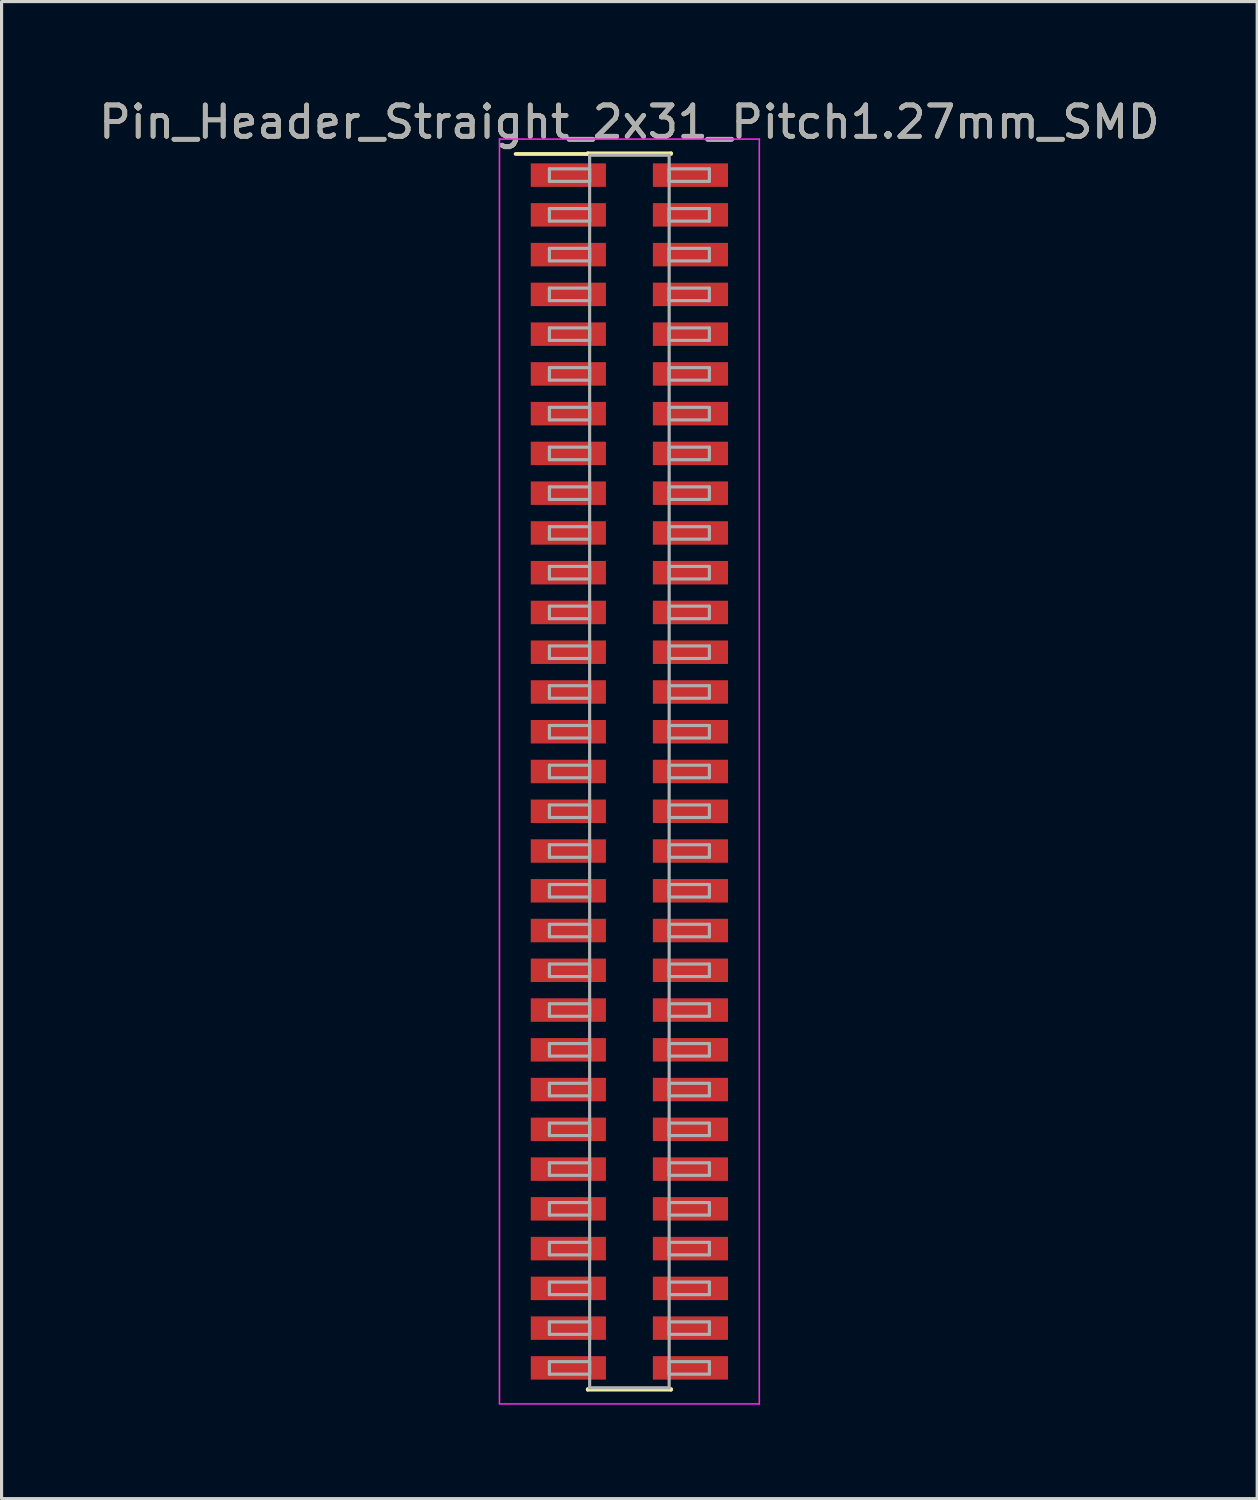
<source format=kicad_pcb>
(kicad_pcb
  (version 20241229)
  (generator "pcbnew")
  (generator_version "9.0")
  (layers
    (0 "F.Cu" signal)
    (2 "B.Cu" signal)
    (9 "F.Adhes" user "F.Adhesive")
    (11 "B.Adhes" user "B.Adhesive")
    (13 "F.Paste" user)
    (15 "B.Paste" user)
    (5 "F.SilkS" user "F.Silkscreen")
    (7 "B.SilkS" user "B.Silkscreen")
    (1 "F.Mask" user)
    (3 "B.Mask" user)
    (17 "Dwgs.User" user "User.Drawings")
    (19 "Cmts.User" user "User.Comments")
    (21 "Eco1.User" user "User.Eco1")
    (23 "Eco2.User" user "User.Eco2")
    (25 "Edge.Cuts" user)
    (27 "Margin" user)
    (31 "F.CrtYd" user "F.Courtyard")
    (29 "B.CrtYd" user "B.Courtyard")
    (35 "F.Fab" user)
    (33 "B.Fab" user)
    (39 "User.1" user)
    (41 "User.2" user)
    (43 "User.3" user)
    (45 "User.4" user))
  (footprint "Pin_Header_Straight_2x31_Pitch1.27mm_SMD"
    (layer "F.Cu")
    (at 17.054 21.593)
    (property "Reference" "Pin_Header_Straight_2x31_Pitch1.27mm_SMD" (at 0 -20.745 0) (layer "F.SilkS") (effects (font (size 1 1) (thickness 0.15))))
    (attr smd)
    (fp_line (start -3.635 -19.725) (end -1.33 -19.725) (stroke (width 0.12) (type solid)) (layer "F.SilkS"))
    (fp_line (start -1.33 -19.745) (end 1.33 -19.745) (stroke (width 0.12) (type solid)) (layer "F.SilkS"))
    (fp_line (start -1.33 -19.725) (end -1.33 -19.745) (stroke (width 0.12) (type solid)) (layer "F.SilkS"))
    (fp_line (start -1.33 19.725) (end -1.33 19.745) (stroke (width 0.12) (type solid)) (layer "F.SilkS"))
    (fp_line (start -1.33 19.745) (end 1.33 19.745) (stroke (width 0.12) (type solid)) (layer "F.SilkS"))
    (fp_line (start 1.33 -19.745) (end 1.33 -19.725) (stroke (width 0.12) (type solid)) (layer "F.SilkS"))
    (fp_line (start 1.33 19.745) (end 1.33 19.725) (stroke (width 0.12) (type solid)) (layer "F.SilkS"))
    (fp_line (start -4.15 -20.2) (end -4.15 20.2) (stroke (width 0.05) (type solid)) (layer "F.CrtYd"))
    (fp_line (start -4.15 20.2) (end 4.15 20.2) (stroke (width 0.05) (type solid)) (layer "F.CrtYd"))
    (fp_line (start 4.15 -20.2) (end -4.15 -20.2) (stroke (width 0.05) (type solid)) (layer "F.CrtYd"))
    (fp_line (start 4.15 20.2) (end 4.15 -20.2) (stroke (width 0.05) (type solid)) (layer "F.CrtYd"))
    (fp_line (start -2.555 -19.25) (end -1.27 -19.25) (stroke (width 0.1) (type solid)) (layer "F.Fab"))
    (fp_line (start -2.555 -18.85) (end -2.555 -19.25) (stroke (width 0.1) (type solid)) (layer "F.Fab"))
    (fp_line (start -2.555 -17.98) (end -1.27 -17.98) (stroke (width 0.1) (type solid)) (layer "F.Fab"))
    (fp_line (start -2.555 -17.58) (end -2.555 -17.98) (stroke (width 0.1) (type solid)) (layer "F.Fab"))
    (fp_line (start -2.555 -16.71) (end -1.27 -16.71) (stroke (width 0.1) (type solid)) (layer "F.Fab"))
    (fp_line (start -2.555 -16.31) (end -2.555 -16.71) (stroke (width 0.1) (type solid)) (layer "F.Fab"))
    (fp_line (start -2.555 -15.44) (end -1.27 -15.44) (stroke (width 0.1) (type solid)) (layer "F.Fab"))
    (fp_line (start -2.555 -15.04) (end -2.555 -15.44) (stroke (width 0.1) (type solid)) (layer "F.Fab"))
    (fp_line (start -2.555 -14.17) (end -1.27 -14.17) (stroke (width 0.1) (type solid)) (layer "F.Fab"))
    (fp_line (start -2.555 -13.77) (end -2.555 -14.17) (stroke (width 0.1) (type solid)) (layer "F.Fab"))
    (fp_line (start -2.555 -12.9) (end -1.27 -12.9) (stroke (width 0.1) (type solid)) (layer "F.Fab"))
    (fp_line (start -2.555 -12.5) (end -2.555 -12.9) (stroke (width 0.1) (type solid)) (layer "F.Fab"))
    (fp_line (start -2.555 -11.63) (end -1.27 -11.63) (stroke (width 0.1) (type solid)) (layer "F.Fab"))
    (fp_line (start -2.555 -11.23) (end -2.555 -11.63) (stroke (width 0.1) (type solid)) (layer "F.Fab"))
    (fp_line (start -2.555 -10.36) (end -1.27 -10.36) (stroke (width 0.1) (type solid)) (layer "F.Fab"))
    (fp_line (start -2.555 -9.96) (end -2.555 -10.36) (stroke (width 0.1) (type solid)) (layer "F.Fab"))
    (fp_line (start -2.555 -9.09) (end -1.27 -9.09) (stroke (width 0.1) (type solid)) (layer "F.Fab"))
    (fp_line (start -2.555 -8.69) (end -2.555 -9.09) (stroke (width 0.1) (type solid)) (layer "F.Fab"))
    (fp_line (start -2.555 -7.82) (end -1.27 -7.82) (stroke (width 0.1) (type solid)) (layer "F.Fab"))
    (fp_line (start -2.555 -7.42) (end -2.555 -7.82) (stroke (width 0.1) (type solid)) (layer "F.Fab"))
    (fp_line (start -2.555 -6.55) (end -1.27 -6.55) (stroke (width 0.1) (type solid)) (layer "F.Fab"))
    (fp_line (start -2.555 -6.15) (end -2.555 -6.55) (stroke (width 0.1) (type solid)) (layer "F.Fab"))
    (fp_line (start -2.555 -5.28) (end -1.27 -5.28) (stroke (width 0.1) (type solid)) (layer "F.Fab"))
    (fp_line (start -2.555 -4.88) (end -2.555 -5.28) (stroke (width 0.1) (type solid)) (layer "F.Fab"))
    (fp_line (start -2.555 -4.01) (end -1.27 -4.01) (stroke (width 0.1) (type solid)) (layer "F.Fab"))
    (fp_line (start -2.555 -3.61) (end -2.555 -4.01) (stroke (width 0.1) (type solid)) (layer "F.Fab"))
    (fp_line (start -2.555 -2.74) (end -1.27 -2.74) (stroke (width 0.1) (type solid)) (layer "F.Fab"))
    (fp_line (start -2.555 -2.34) (end -2.555 -2.74) (stroke (width 0.1) (type solid)) (layer "F.Fab"))
    (fp_line (start -2.555 -1.47) (end -1.27 -1.47) (stroke (width 0.1) (type solid)) (layer "F.Fab"))
    (fp_line (start -2.555 -1.07) (end -2.555 -1.47) (stroke (width 0.1) (type solid)) (layer "F.Fab"))
    (fp_line (start -2.555 -0.2) (end -1.27 -0.2) (stroke (width 0.1) (type solid)) (layer "F.Fab"))
    (fp_line (start -2.555 0.2) (end -2.555 -0.2) (stroke (width 0.1) (type solid)) (layer "F.Fab"))
    (fp_line (start -2.555 1.07) (end -1.27 1.07) (stroke (width 0.1) (type solid)) (layer "F.Fab"))
    (fp_line (start -2.555 1.47) (end -2.555 1.07) (stroke (width 0.1) (type solid)) (layer "F.Fab"))
    (fp_line (start -2.555 2.34) (end -1.27 2.34) (stroke (width 0.1) (type solid)) (layer "F.Fab"))
    (fp_line (start -2.555 2.74) (end -2.555 2.34) (stroke (width 0.1) (type solid)) (layer "F.Fab"))
    (fp_line (start -2.555 3.61) (end -1.27 3.61) (stroke (width 0.1) (type solid)) (layer "F.Fab"))
    (fp_line (start -2.555 4.01) (end -2.555 3.61) (stroke (width 0.1) (type solid)) (layer "F.Fab"))
    (fp_line (start -2.555 4.88) (end -1.27 4.88) (stroke (width 0.1) (type solid)) (layer "F.Fab"))
    (fp_line (start -2.555 5.28) (end -2.555 4.88) (stroke (width 0.1) (type solid)) (layer "F.Fab"))
    (fp_line (start -2.555 6.15) (end -1.27 6.15) (stroke (width 0.1) (type solid)) (layer "F.Fab"))
    (fp_line (start -2.555 6.55) (end -2.555 6.15) (stroke (width 0.1) (type solid)) (layer "F.Fab"))
    (fp_line (start -2.555 7.42) (end -1.27 7.42) (stroke (width 0.1) (type solid)) (layer "F.Fab"))
    (fp_line (start -2.555 7.82) (end -2.555 7.42) (stroke (width 0.1) (type solid)) (layer "F.Fab"))
    (fp_line (start -2.555 8.69) (end -1.27 8.69) (stroke (width 0.1) (type solid)) (layer "F.Fab"))
    (fp_line (start -2.555 9.09) (end -2.555 8.69) (stroke (width 0.1) (type solid)) (layer "F.Fab"))
    (fp_line (start -2.555 9.96) (end -1.27 9.96) (stroke (width 0.1) (type solid)) (layer "F.Fab"))
    (fp_line (start -2.555 10.36) (end -2.555 9.96) (stroke (width 0.1) (type solid)) (layer "F.Fab"))
    (fp_line (start -2.555 11.23) (end -1.27 11.23) (stroke (width 0.1) (type solid)) (layer "F.Fab"))
    (fp_line (start -2.555 11.63) (end -2.555 11.23) (stroke (width 0.1) (type solid)) (layer "F.Fab"))
    (fp_line (start -2.555 12.5) (end -1.27 12.5) (stroke (width 0.1) (type solid)) (layer "F.Fab"))
    (fp_line (start -2.555 12.9) (end -2.555 12.5) (stroke (width 0.1) (type solid)) (layer "F.Fab"))
    (fp_line (start -2.555 13.77) (end -1.27 13.77) (stroke (width 0.1) (type solid)) (layer "F.Fab"))
    (fp_line (start -2.555 14.17) (end -2.555 13.77) (stroke (width 0.1) (type solid)) (layer "F.Fab"))
    (fp_line (start -2.555 15.04) (end -1.27 15.04) (stroke (width 0.1) (type solid)) (layer "F.Fab"))
    (fp_line (start -2.555 15.44) (end -2.555 15.04) (stroke (width 0.1) (type solid)) (layer "F.Fab"))
    (fp_line (start -2.555 16.31) (end -1.27 16.31) (stroke (width 0.1) (type solid)) (layer "F.Fab"))
    (fp_line (start -2.555 16.71) (end -2.555 16.31) (stroke (width 0.1) (type solid)) (layer "F.Fab"))
    (fp_line (start -2.555 17.58) (end -1.27 17.58) (stroke (width 0.1) (type solid)) (layer "F.Fab"))
    (fp_line (start -2.555 17.98) (end -2.555 17.58) (stroke (width 0.1) (type solid)) (layer "F.Fab"))
    (fp_line (start -2.555 18.85) (end -1.27 18.85) (stroke (width 0.1) (type solid)) (layer "F.Fab"))
    (fp_line (start -2.555 19.25) (end -2.555 18.85) (stroke (width 0.1) (type solid)) (layer "F.Fab"))
    (fp_line (start -1.27 -19.685) (end -1.27 19.685) (stroke (width 0.1) (type solid)) (layer "F.Fab"))
    (fp_line (start -1.27 -19.25) (end -1.27 -18.85) (stroke (width 0.1) (type solid)) (layer "F.Fab"))
    (fp_line (start -1.27 -18.85) (end -2.555 -18.85) (stroke (width 0.1) (type solid)) (layer "F.Fab"))
    (fp_line (start -1.27 -17.98) (end -1.27 -17.58) (stroke (width 0.1) (type solid)) (layer "F.Fab"))
    (fp_line (start -1.27 -17.58) (end -2.555 -17.58) (stroke (width 0.1) (type solid)) (layer "F.Fab"))
    (fp_line (start -1.27 -16.71) (end -1.27 -16.31) (stroke (width 0.1) (type solid)) (layer "F.Fab"))
    (fp_line (start -1.27 -16.31) (end -2.555 -16.31) (stroke (width 0.1) (type solid)) (layer "F.Fab"))
    (fp_line (start -1.27 -15.44) (end -1.27 -15.04) (stroke (width 0.1) (type solid)) (layer "F.Fab"))
    (fp_line (start -1.27 -15.04) (end -2.555 -15.04) (stroke (width 0.1) (type solid)) (layer "F.Fab"))
    (fp_line (start -1.27 -14.17) (end -1.27 -13.77) (stroke (width 0.1) (type solid)) (layer "F.Fab"))
    (fp_line (start -1.27 -13.77) (end -2.555 -13.77) (stroke (width 0.1) (type solid)) (layer "F.Fab"))
    (fp_line (start -1.27 -12.9) (end -1.27 -12.5) (stroke (width 0.1) (type solid)) (layer "F.Fab"))
    (fp_line (start -1.27 -12.5) (end -2.555 -12.5) (stroke (width 0.1) (type solid)) (layer "F.Fab"))
    (fp_line (start -1.27 -11.63) (end -1.27 -11.23) (stroke (width 0.1) (type solid)) (layer "F.Fab"))
    (fp_line (start -1.27 -11.23) (end -2.555 -11.23) (stroke (width 0.1) (type solid)) (layer "F.Fab"))
    (fp_line (start -1.27 -10.36) (end -1.27 -9.96) (stroke (width 0.1) (type solid)) (layer "F.Fab"))
    (fp_line (start -1.27 -9.96) (end -2.555 -9.96) (stroke (width 0.1) (type solid)) (layer "F.Fab"))
    (fp_line (start -1.27 -9.09) (end -1.27 -8.69) (stroke (width 0.1) (type solid)) (layer "F.Fab"))
    (fp_line (start -1.27 -8.69) (end -2.555 -8.69) (stroke (width 0.1) (type solid)) (layer "F.Fab"))
    (fp_line (start -1.27 -7.82) (end -1.27 -7.42) (stroke (width 0.1) (type solid)) (layer "F.Fab"))
    (fp_line (start -1.27 -7.42) (end -2.555 -7.42) (stroke (width 0.1) (type solid)) (layer "F.Fab"))
    (fp_line (start -1.27 -6.55) (end -1.27 -6.15) (stroke (width 0.1) (type solid)) (layer "F.Fab"))
    (fp_line (start -1.27 -6.15) (end -2.555 -6.15) (stroke (width 0.1) (type solid)) (layer "F.Fab"))
    (fp_line (start -1.27 -5.28) (end -1.27 -4.88) (stroke (width 0.1) (type solid)) (layer "F.Fab"))
    (fp_line (start -1.27 -4.88) (end -2.555 -4.88) (stroke (width 0.1) (type solid)) (layer "F.Fab"))
    (fp_line (start -1.27 -4.01) (end -1.27 -3.61) (stroke (width 0.1) (type solid)) (layer "F.Fab"))
    (fp_line (start -1.27 -3.61) (end -2.555 -3.61) (stroke (width 0.1) (type solid)) (layer "F.Fab"))
    (fp_line (start -1.27 -2.74) (end -1.27 -2.34) (stroke (width 0.1) (type solid)) (layer "F.Fab"))
    (fp_line (start -1.27 -2.34) (end -2.555 -2.34) (stroke (width 0.1) (type solid)) (layer "F.Fab"))
    (fp_line (start -1.27 -1.47) (end -1.27 -1.07) (stroke (width 0.1) (type solid)) (layer "F.Fab"))
    (fp_line (start -1.27 -1.07) (end -2.555 -1.07) (stroke (width 0.1) (type solid)) (layer "F.Fab"))
    (fp_line (start -1.27 -0.2) (end -1.27 0.2) (stroke (width 0.1) (type solid)) (layer "F.Fab"))
    (fp_line (start -1.27 0.2) (end -2.555 0.2) (stroke (width 0.1) (type solid)) (layer "F.Fab"))
    (fp_line (start -1.27 1.07) (end -1.27 1.47) (stroke (width 0.1) (type solid)) (layer "F.Fab"))
    (fp_line (start -1.27 1.47) (end -2.555 1.47) (stroke (width 0.1) (type solid)) (layer "F.Fab"))
    (fp_line (start -1.27 2.34) (end -1.27 2.74) (stroke (width 0.1) (type solid)) (layer "F.Fab"))
    (fp_line (start -1.27 2.74) (end -2.555 2.74) (stroke (width 0.1) (type solid)) (layer "F.Fab"))
    (fp_line (start -1.27 3.61) (end -1.27 4.01) (stroke (width 0.1) (type solid)) (layer "F.Fab"))
    (fp_line (start -1.27 4.01) (end -2.555 4.01) (stroke (width 0.1) (type solid)) (layer "F.Fab"))
    (fp_line (start -1.27 4.88) (end -1.27 5.28) (stroke (width 0.1) (type solid)) (layer "F.Fab"))
    (fp_line (start -1.27 5.28) (end -2.555 5.28) (stroke (width 0.1) (type solid)) (layer "F.Fab"))
    (fp_line (start -1.27 6.15) (end -1.27 6.55) (stroke (width 0.1) (type solid)) (layer "F.Fab"))
    (fp_line (start -1.27 6.55) (end -2.555 6.55) (stroke (width 0.1) (type solid)) (layer "F.Fab"))
    (fp_line (start -1.27 7.42) (end -1.27 7.82) (stroke (width 0.1) (type solid)) (layer "F.Fab"))
    (fp_line (start -1.27 7.82) (end -2.555 7.82) (stroke (width 0.1) (type solid)) (layer "F.Fab"))
    (fp_line (start -1.27 8.69) (end -1.27 9.09) (stroke (width 0.1) (type solid)) (layer "F.Fab"))
    (fp_line (start -1.27 9.09) (end -2.555 9.09) (stroke (width 0.1) (type solid)) (layer "F.Fab"))
    (fp_line (start -1.27 9.96) (end -1.27 10.36) (stroke (width 0.1) (type solid)) (layer "F.Fab"))
    (fp_line (start -1.27 10.36) (end -2.555 10.36) (stroke (width 0.1) (type solid)) (layer "F.Fab"))
    (fp_line (start -1.27 11.23) (end -1.27 11.63) (stroke (width 0.1) (type solid)) (layer "F.Fab"))
    (fp_line (start -1.27 11.63) (end -2.555 11.63) (stroke (width 0.1) (type solid)) (layer "F.Fab"))
    (fp_line (start -1.27 12.5) (end -1.27 12.9) (stroke (width 0.1) (type solid)) (layer "F.Fab"))
    (fp_line (start -1.27 12.9) (end -2.555 12.9) (stroke (width 0.1) (type solid)) (layer "F.Fab"))
    (fp_line (start -1.27 13.77) (end -1.27 14.17) (stroke (width 0.1) (type solid)) (layer "F.Fab"))
    (fp_line (start -1.27 14.17) (end -2.555 14.17) (stroke (width 0.1) (type solid)) (layer "F.Fab"))
    (fp_line (start -1.27 15.04) (end -1.27 15.44) (stroke (width 0.1) (type solid)) (layer "F.Fab"))
    (fp_line (start -1.27 15.44) (end -2.555 15.44) (stroke (width 0.1) (type solid)) (layer "F.Fab"))
    (fp_line (start -1.27 16.31) (end -1.27 16.71) (stroke (width 0.1) (type solid)) (layer "F.Fab"))
    (fp_line (start -1.27 16.71) (end -2.555 16.71) (stroke (width 0.1) (type solid)) (layer "F.Fab"))
    (fp_line (start -1.27 17.58) (end -1.27 17.98) (stroke (width 0.1) (type solid)) (layer "F.Fab"))
    (fp_line (start -1.27 17.98) (end -2.555 17.98) (stroke (width 0.1) (type solid)) (layer "F.Fab"))
    (fp_line (start -1.27 18.85) (end -1.27 19.25) (stroke (width 0.1) (type solid)) (layer "F.Fab"))
    (fp_line (start -1.27 19.25) (end -2.555 19.25) (stroke (width 0.1) (type solid)) (layer "F.Fab"))
    (fp_line (start -1.27 19.685) (end 1.27 19.685) (stroke (width 0.1) (type solid)) (layer "F.Fab"))
    (fp_line (start 1.27 -19.685) (end -1.27 -19.685) (stroke (width 0.1) (type solid)) (layer "F.Fab"))
    (fp_line (start 1.27 -19.25) (end 1.27 -18.85) (stroke (width 0.1) (type solid)) (layer "F.Fab"))
    (fp_line (start 1.27 -18.85) (end 2.555 -18.85) (stroke (width 0.1) (type solid)) (layer "F.Fab"))
    (fp_line (start 1.27 -17.98) (end 1.27 -17.58) (stroke (width 0.1) (type solid)) (layer "F.Fab"))
    (fp_line (start 1.27 -17.58) (end 2.555 -17.58) (stroke (width 0.1) (type solid)) (layer "F.Fab"))
    (fp_line (start 1.27 -16.71) (end 1.27 -16.31) (stroke (width 0.1) (type solid)) (layer "F.Fab"))
    (fp_line (start 1.27 -16.31) (end 2.555 -16.31) (stroke (width 0.1) (type solid)) (layer "F.Fab"))
    (fp_line (start 1.27 -15.44) (end 1.27 -15.04) (stroke (width 0.1) (type solid)) (layer "F.Fab"))
    (fp_line (start 1.27 -15.04) (end 2.555 -15.04) (stroke (width 0.1) (type solid)) (layer "F.Fab"))
    (fp_line (start 1.27 -14.17) (end 1.27 -13.77) (stroke (width 0.1) (type solid)) (layer "F.Fab"))
    (fp_line (start 1.27 -13.77) (end 2.555 -13.77) (stroke (width 0.1) (type solid)) (layer "F.Fab"))
    (fp_line (start 1.27 -12.9) (end 1.27 -12.5) (stroke (width 0.1) (type solid)) (layer "F.Fab"))
    (fp_line (start 1.27 -12.5) (end 2.555 -12.5) (stroke (width 0.1) (type solid)) (layer "F.Fab"))
    (fp_line (start 1.27 -11.63) (end 1.27 -11.23) (stroke (width 0.1) (type solid)) (layer "F.Fab"))
    (fp_line (start 1.27 -11.23) (end 2.555 -11.23) (stroke (width 0.1) (type solid)) (layer "F.Fab"))
    (fp_line (start 1.27 -10.36) (end 1.27 -9.96) (stroke (width 0.1) (type solid)) (layer "F.Fab"))
    (fp_line (start 1.27 -9.96) (end 2.555 -9.96) (stroke (width 0.1) (type solid)) (layer "F.Fab"))
    (fp_line (start 1.27 -9.09) (end 1.27 -8.69) (stroke (width 0.1) (type solid)) (layer "F.Fab"))
    (fp_line (start 1.27 -8.69) (end 2.555 -8.69) (stroke (width 0.1) (type solid)) (layer "F.Fab"))
    (fp_line (start 1.27 -7.82) (end 1.27 -7.42) (stroke (width 0.1) (type solid)) (layer "F.Fab"))
    (fp_line (start 1.27 -7.42) (end 2.555 -7.42) (stroke (width 0.1) (type solid)) (layer "F.Fab"))
    (fp_line (start 1.27 -6.55) (end 1.27 -6.15) (stroke (width 0.1) (type solid)) (layer "F.Fab"))
    (fp_line (start 1.27 -6.15) (end 2.555 -6.15) (stroke (width 0.1) (type solid)) (layer "F.Fab"))
    (fp_line (start 1.27 -5.28) (end 1.27 -4.88) (stroke (width 0.1) (type solid)) (layer "F.Fab"))
    (fp_line (start 1.27 -4.88) (end 2.555 -4.88) (stroke (width 0.1) (type solid)) (layer "F.Fab"))
    (fp_line (start 1.27 -4.01) (end 1.27 -3.61) (stroke (width 0.1) (type solid)) (layer "F.Fab"))
    (fp_line (start 1.27 -3.61) (end 2.555 -3.61) (stroke (width 0.1) (type solid)) (layer "F.Fab"))
    (fp_line (start 1.27 -2.74) (end 1.27 -2.34) (stroke (width 0.1) (type solid)) (layer "F.Fab"))
    (fp_line (start 1.27 -2.34) (end 2.555 -2.34) (stroke (width 0.1) (type solid)) (layer "F.Fab"))
    (fp_line (start 1.27 -1.47) (end 1.27 -1.07) (stroke (width 0.1) (type solid)) (layer "F.Fab"))
    (fp_line (start 1.27 -1.07) (end 2.555 -1.07) (stroke (width 0.1) (type solid)) (layer "F.Fab"))
    (fp_line (start 1.27 -0.2) (end 1.27 0.2) (stroke (width 0.1) (type solid)) (layer "F.Fab"))
    (fp_line (start 1.27 0.2) (end 2.555 0.2) (stroke (width 0.1) (type solid)) (layer "F.Fab"))
    (fp_line (start 1.27 1.07) (end 1.27 1.47) (stroke (width 0.1) (type solid)) (layer "F.Fab"))
    (fp_line (start 1.27 1.47) (end 2.555 1.47) (stroke (width 0.1) (type solid)) (layer "F.Fab"))
    (fp_line (start 1.27 2.34) (end 1.27 2.74) (stroke (width 0.1) (type solid)) (layer "F.Fab"))
    (fp_line (start 1.27 2.74) (end 2.555 2.74) (stroke (width 0.1) (type solid)) (layer "F.Fab"))
    (fp_line (start 1.27 3.61) (end 1.27 4.01) (stroke (width 0.1) (type solid)) (layer "F.Fab"))
    (fp_line (start 1.27 4.01) (end 2.555 4.01) (stroke (width 0.1) (type solid)) (layer "F.Fab"))
    (fp_line (start 1.27 4.88) (end 1.27 5.28) (stroke (width 0.1) (type solid)) (layer "F.Fab"))
    (fp_line (start 1.27 5.28) (end 2.555 5.28) (stroke (width 0.1) (type solid)) (layer "F.Fab"))
    (fp_line (start 1.27 6.15) (end 1.27 6.55) (stroke (width 0.1) (type solid)) (layer "F.Fab"))
    (fp_line (start 1.27 6.55) (end 2.555 6.55) (stroke (width 0.1) (type solid)) (layer "F.Fab"))
    (fp_line (start 1.27 7.42) (end 1.27 7.82) (stroke (width 0.1) (type solid)) (layer "F.Fab"))
    (fp_line (start 1.27 7.82) (end 2.555 7.82) (stroke (width 0.1) (type solid)) (layer "F.Fab"))
    (fp_line (start 1.27 8.69) (end 1.27 9.09) (stroke (width 0.1) (type solid)) (layer "F.Fab"))
    (fp_line (start 1.27 9.09) (end 2.555 9.09) (stroke (width 0.1) (type solid)) (layer "F.Fab"))
    (fp_line (start 1.27 9.96) (end 1.27 10.36) (stroke (width 0.1) (type solid)) (layer "F.Fab"))
    (fp_line (start 1.27 10.36) (end 2.555 10.36) (stroke (width 0.1) (type solid)) (layer "F.Fab"))
    (fp_line (start 1.27 11.23) (end 1.27 11.63) (stroke (width 0.1) (type solid)) (layer "F.Fab"))
    (fp_line (start 1.27 11.63) (end 2.555 11.63) (stroke (width 0.1) (type solid)) (layer "F.Fab"))
    (fp_line (start 1.27 12.5) (end 1.27 12.9) (stroke (width 0.1) (type solid)) (layer "F.Fab"))
    (fp_line (start 1.27 12.9) (end 2.555 12.9) (stroke (width 0.1) (type solid)) (layer "F.Fab"))
    (fp_line (start 1.27 13.77) (end 1.27 14.17) (stroke (width 0.1) (type solid)) (layer "F.Fab"))
    (fp_line (start 1.27 14.17) (end 2.555 14.17) (stroke (width 0.1) (type solid)) (layer "F.Fab"))
    (fp_line (start 1.27 15.04) (end 1.27 15.44) (stroke (width 0.1) (type solid)) (layer "F.Fab"))
    (fp_line (start 1.27 15.44) (end 2.555 15.44) (stroke (width 0.1) (type solid)) (layer "F.Fab"))
    (fp_line (start 1.27 16.31) (end 1.27 16.71) (stroke (width 0.1) (type solid)) (layer "F.Fab"))
    (fp_line (start 1.27 16.71) (end 2.555 16.71) (stroke (width 0.1) (type solid)) (layer "F.Fab"))
    (fp_line (start 1.27 17.58) (end 1.27 17.98) (stroke (width 0.1) (type solid)) (layer "F.Fab"))
    (fp_line (start 1.27 17.98) (end 2.555 17.98) (stroke (width 0.1) (type solid)) (layer "F.Fab"))
    (fp_line (start 1.27 18.85) (end 1.27 19.25) (stroke (width 0.1) (type solid)) (layer "F.Fab"))
    (fp_line (start 1.27 19.25) (end 2.555 19.25) (stroke (width 0.1) (type solid)) (layer "F.Fab"))
    (fp_line (start 1.27 19.685) (end 1.27 -19.685) (stroke (width 0.1) (type solid)) (layer "F.Fab"))
    (fp_line (start 2.555 -19.25) (end 1.27 -19.25) (stroke (width 0.1) (type solid)) (layer "F.Fab"))
    (fp_line (start 2.555 -18.85) (end 2.555 -19.25) (stroke (width 0.1) (type solid)) (layer "F.Fab"))
    (fp_line (start 2.555 -17.98) (end 1.27 -17.98) (stroke (width 0.1) (type solid)) (layer "F.Fab"))
    (fp_line (start 2.555 -17.58) (end 2.555 -17.98) (stroke (width 0.1) (type solid)) (layer "F.Fab"))
    (fp_line (start 2.555 -16.71) (end 1.27 -16.71) (stroke (width 0.1) (type solid)) (layer "F.Fab"))
    (fp_line (start 2.555 -16.31) (end 2.555 -16.71) (stroke (width 0.1) (type solid)) (layer "F.Fab"))
    (fp_line (start 2.555 -15.44) (end 1.27 -15.44) (stroke (width 0.1) (type solid)) (layer "F.Fab"))
    (fp_line (start 2.555 -15.04) (end 2.555 -15.44) (stroke (width 0.1) (type solid)) (layer "F.Fab"))
    (fp_line (start 2.555 -14.17) (end 1.27 -14.17) (stroke (width 0.1) (type solid)) (layer "F.Fab"))
    (fp_line (start 2.555 -13.77) (end 2.555 -14.17) (stroke (width 0.1) (type solid)) (layer "F.Fab"))
    (fp_line (start 2.555 -12.9) (end 1.27 -12.9) (stroke (width 0.1) (type solid)) (layer "F.Fab"))
    (fp_line (start 2.555 -12.5) (end 2.555 -12.9) (stroke (width 0.1) (type solid)) (layer "F.Fab"))
    (fp_line (start 2.555 -11.63) (end 1.27 -11.63) (stroke (width 0.1) (type solid)) (layer "F.Fab"))
    (fp_line (start 2.555 -11.23) (end 2.555 -11.63) (stroke (width 0.1) (type solid)) (layer "F.Fab"))
    (fp_line (start 2.555 -10.36) (end 1.27 -10.36) (stroke (width 0.1) (type solid)) (layer "F.Fab"))
    (fp_line (start 2.555 -9.96) (end 2.555 -10.36) (stroke (width 0.1) (type solid)) (layer "F.Fab"))
    (fp_line (start 2.555 -9.09) (end 1.27 -9.09) (stroke (width 0.1) (type solid)) (layer "F.Fab"))
    (fp_line (start 2.555 -8.69) (end 2.555 -9.09) (stroke (width 0.1) (type solid)) (layer "F.Fab"))
    (fp_line (start 2.555 -7.82) (end 1.27 -7.82) (stroke (width 0.1) (type solid)) (layer "F.Fab"))
    (fp_line (start 2.555 -7.42) (end 2.555 -7.82) (stroke (width 0.1) (type solid)) (layer "F.Fab"))
    (fp_line (start 2.555 -6.55) (end 1.27 -6.55) (stroke (width 0.1) (type solid)) (layer "F.Fab"))
    (fp_line (start 2.555 -6.15) (end 2.555 -6.55) (stroke (width 0.1) (type solid)) (layer "F.Fab"))
    (fp_line (start 2.555 -5.28) (end 1.27 -5.28) (stroke (width 0.1) (type solid)) (layer "F.Fab"))
    (fp_line (start 2.555 -4.88) (end 2.555 -5.28) (stroke (width 0.1) (type solid)) (layer "F.Fab"))
    (fp_line (start 2.555 -4.01) (end 1.27 -4.01) (stroke (width 0.1) (type solid)) (layer "F.Fab"))
    (fp_line (start 2.555 -3.61) (end 2.555 -4.01) (stroke (width 0.1) (type solid)) (layer "F.Fab"))
    (fp_line (start 2.555 -2.74) (end 1.27 -2.74) (stroke (width 0.1) (type solid)) (layer "F.Fab"))
    (fp_line (start 2.555 -2.34) (end 2.555 -2.74) (stroke (width 0.1) (type solid)) (layer "F.Fab"))
    (fp_line (start 2.555 -1.47) (end 1.27 -1.47) (stroke (width 0.1) (type solid)) (layer "F.Fab"))
    (fp_line (start 2.555 -1.07) (end 2.555 -1.47) (stroke (width 0.1) (type solid)) (layer "F.Fab"))
    (fp_line (start 2.555 -0.2) (end 1.27 -0.2) (stroke (width 0.1) (type solid)) (layer "F.Fab"))
    (fp_line (start 2.555 0.2) (end 2.555 -0.2) (stroke (width 0.1) (type solid)) (layer "F.Fab"))
    (fp_line (start 2.555 1.07) (end 1.27 1.07) (stroke (width 0.1) (type solid)) (layer "F.Fab"))
    (fp_line (start 2.555 1.47) (end 2.555 1.07) (stroke (width 0.1) (type solid)) (layer "F.Fab"))
    (fp_line (start 2.555 2.34) (end 1.27 2.34) (stroke (width 0.1) (type solid)) (layer "F.Fab"))
    (fp_line (start 2.555 2.74) (end 2.555 2.34) (stroke (width 0.1) (type solid)) (layer "F.Fab"))
    (fp_line (start 2.555 3.61) (end 1.27 3.61) (stroke (width 0.1) (type solid)) (layer "F.Fab"))
    (fp_line (start 2.555 4.01) (end 2.555 3.61) (stroke (width 0.1) (type solid)) (layer "F.Fab"))
    (fp_line (start 2.555 4.88) (end 1.27 4.88) (stroke (width 0.1) (type solid)) (layer "F.Fab"))
    (fp_line (start 2.555 5.28) (end 2.555 4.88) (stroke (width 0.1) (type solid)) (layer "F.Fab"))
    (fp_line (start 2.555 6.15) (end 1.27 6.15) (stroke (width 0.1) (type solid)) (layer "F.Fab"))
    (fp_line (start 2.555 6.55) (end 2.555 6.15) (stroke (width 0.1) (type solid)) (layer "F.Fab"))
    (fp_line (start 2.555 7.42) (end 1.27 7.42) (stroke (width 0.1) (type solid)) (layer "F.Fab"))
    (fp_line (start 2.555 7.82) (end 2.555 7.42) (stroke (width 0.1) (type solid)) (layer "F.Fab"))
    (fp_line (start 2.555 8.69) (end 1.27 8.69) (stroke (width 0.1) (type solid)) (layer "F.Fab"))
    (fp_line (start 2.555 9.09) (end 2.555 8.69) (stroke (width 0.1) (type solid)) (layer "F.Fab"))
    (fp_line (start 2.555 9.96) (end 1.27 9.96) (stroke (width 0.1) (type solid)) (layer "F.Fab"))
    (fp_line (start 2.555 10.36) (end 2.555 9.96) (stroke (width 0.1) (type solid)) (layer "F.Fab"))
    (fp_line (start 2.555 11.23) (end 1.27 11.23) (stroke (width 0.1) (type solid)) (layer "F.Fab"))
    (fp_line (start 2.555 11.63) (end 2.555 11.23) (stroke (width 0.1) (type solid)) (layer "F.Fab"))
    (fp_line (start 2.555 12.5) (end 1.27 12.5) (stroke (width 0.1) (type solid)) (layer "F.Fab"))
    (fp_line (start 2.555 12.9) (end 2.555 12.5) (stroke (width 0.1) (type solid)) (layer "F.Fab"))
    (fp_line (start 2.555 13.77) (end 1.27 13.77) (stroke (width 0.1) (type solid)) (layer "F.Fab"))
    (fp_line (start 2.555 14.17) (end 2.555 13.77) (stroke (width 0.1) (type solid)) (layer "F.Fab"))
    (fp_line (start 2.555 15.04) (end 1.27 15.04) (stroke (width 0.1) (type solid)) (layer "F.Fab"))
    (fp_line (start 2.555 15.44) (end 2.555 15.04) (stroke (width 0.1) (type solid)) (layer "F.Fab"))
    (fp_line (start 2.555 16.31) (end 1.27 16.31) (stroke (width 0.1) (type solid)) (layer "F.Fab"))
    (fp_line (start 2.555 16.71) (end 2.555 16.31) (stroke (width 0.1) (type solid)) (layer "F.Fab"))
    (fp_line (start 2.555 17.58) (end 1.27 17.58) (stroke (width 0.1) (type solid)) (layer "F.Fab"))
    (fp_line (start 2.555 17.98) (end 2.555 17.58) (stroke (width 0.1) (type solid)) (layer "F.Fab"))
    (fp_line (start 2.555 18.85) (end 1.27 18.85) (stroke (width 0.1) (type solid)) (layer "F.Fab"))
    (fp_line (start 2.555 19.25) (end 2.555 18.85) (stroke (width 0.1) (type solid)) (layer "F.Fab"))
    (fp_text user "${REFERENCE}" (at 0 -20.745 0) (layer "F.Fab") (effects (font (size 1 1) (thickness 0.15))))
    (pad "1" smd rect (at -1.95 -19.05) (size 2.4 0.75) (layers "F.Cu" "F.Mask" "F.Paste"))
    (pad "2" smd rect (at 1.95 -19.05) (size 2.4 0.75) (layers "F.Cu" "F.Mask" "F.Paste"))
    (pad "3" smd rect (at -1.95 -17.78) (size 2.4 0.75) (layers "F.Cu" "F.Mask" "F.Paste"))
    (pad "4" smd rect (at 1.95 -17.78) (size 2.4 0.75) (layers "F.Cu" "F.Mask" "F.Paste"))
    (pad "5" smd rect (at -1.95 -16.51) (size 2.4 0.75) (layers "F.Cu" "F.Mask" "F.Paste"))
    (pad "6" smd rect (at 1.95 -16.51) (size 2.4 0.75) (layers "F.Cu" "F.Mask" "F.Paste"))
    (pad "7" smd rect (at -1.95 -15.24) (size 2.4 0.75) (layers "F.Cu" "F.Mask" "F.Paste"))
    (pad "8" smd rect (at 1.95 -15.24) (size 2.4 0.75) (layers "F.Cu" "F.Mask" "F.Paste"))
    (pad "9" smd rect (at -1.95 -13.97) (size 2.4 0.75) (layers "F.Cu" "F.Mask" "F.Paste"))
    (pad "10" smd rect (at 1.95 -13.97) (size 2.4 0.75) (layers "F.Cu" "F.Mask" "F.Paste"))
    (pad "11" smd rect (at -1.95 -12.7) (size 2.4 0.75) (layers "F.Cu" "F.Mask" "F.Paste"))
    (pad "12" smd rect (at 1.95 -12.7) (size 2.4 0.75) (layers "F.Cu" "F.Mask" "F.Paste"))
    (pad "13" smd rect (at -1.95 -11.43) (size 2.4 0.75) (layers "F.Cu" "F.Mask" "F.Paste"))
    (pad "14" smd rect (at 1.95 -11.43) (size 2.4 0.75) (layers "F.Cu" "F.Mask" "F.Paste"))
    (pad "15" smd rect (at -1.95 -10.16) (size 2.4 0.75) (layers "F.Cu" "F.Mask" "F.Paste"))
    (pad "16" smd rect (at 1.95 -10.16) (size 2.4 0.75) (layers "F.Cu" "F.Mask" "F.Paste"))
    (pad "17" smd rect (at -1.95 -8.89) (size 2.4 0.75) (layers "F.Cu" "F.Mask" "F.Paste"))
    (pad "18" smd rect (at 1.95 -8.89) (size 2.4 0.75) (layers "F.Cu" "F.Mask" "F.Paste"))
    (pad "19" smd rect (at -1.95 -7.62) (size 2.4 0.75) (layers "F.Cu" "F.Mask" "F.Paste"))
    (pad "20" smd rect (at 1.95 -7.62) (size 2.4 0.75) (layers "F.Cu" "F.Mask" "F.Paste"))
    (pad "21" smd rect (at -1.95 -6.35) (size 2.4 0.75) (layers "F.Cu" "F.Mask" "F.Paste"))
    (pad "22" smd rect (at 1.95 -6.35) (size 2.4 0.75) (layers "F.Cu" "F.Mask" "F.Paste"))
    (pad "23" smd rect (at -1.95 -5.08) (size 2.4 0.75) (layers "F.Cu" "F.Mask" "F.Paste"))
    (pad "24" smd rect (at 1.95 -5.08) (size 2.4 0.75) (layers "F.Cu" "F.Mask" "F.Paste"))
    (pad "25" smd rect (at -1.95 -3.81) (size 2.4 0.75) (layers "F.Cu" "F.Mask" "F.Paste"))
    (pad "26" smd rect (at 1.95 -3.81) (size 2.4 0.75) (layers "F.Cu" "F.Mask" "F.Paste"))
    (pad "27" smd rect (at -1.95 -2.54) (size 2.4 0.75) (layers "F.Cu" "F.Mask" "F.Paste"))
    (pad "28" smd rect (at 1.95 -2.54) (size 2.4 0.75) (layers "F.Cu" "F.Mask" "F.Paste"))
    (pad "29" smd rect (at -1.95 -1.27) (size 2.4 0.75) (layers "F.Cu" "F.Mask" "F.Paste"))
    (pad "30" smd rect (at 1.95 -1.27) (size 2.4 0.75) (layers "F.Cu" "F.Mask" "F.Paste"))
    (pad "31" smd rect (at -1.95 0) (size 2.4 0.75) (layers "F.Cu" "F.Mask" "F.Paste"))
    (pad "32" smd rect (at 1.95 0) (size 2.4 0.75) (layers "F.Cu" "F.Mask" "F.Paste"))
    (pad "33" smd rect (at -1.95 1.27) (size 2.4 0.75) (layers "F.Cu" "F.Mask" "F.Paste"))
    (pad "34" smd rect (at 1.95 1.27) (size 2.4 0.75) (layers "F.Cu" "F.Mask" "F.Paste"))
    (pad "35" smd rect (at -1.95 2.54) (size 2.4 0.75) (layers "F.Cu" "F.Mask" "F.Paste"))
    (pad "36" smd rect (at 1.95 2.54) (size 2.4 0.75) (layers "F.Cu" "F.Mask" "F.Paste"))
    (pad "37" smd rect (at -1.95 3.81) (size 2.4 0.75) (layers "F.Cu" "F.Mask" "F.Paste"))
    (pad "38" smd rect (at 1.95 3.81) (size 2.4 0.75) (layers "F.Cu" "F.Mask" "F.Paste"))
    (pad "39" smd rect (at -1.95 5.08) (size 2.4 0.75) (layers "F.Cu" "F.Mask" "F.Paste"))
    (pad "40" smd rect (at 1.95 5.08) (size 2.4 0.75) (layers "F.Cu" "F.Mask" "F.Paste"))
    (pad "41" smd rect (at -1.95 6.35) (size 2.4 0.75) (layers "F.Cu" "F.Mask" "F.Paste"))
    (pad "42" smd rect (at 1.95 6.35) (size 2.4 0.75) (layers "F.Cu" "F.Mask" "F.Paste"))
    (pad "43" smd rect (at -1.95 7.62) (size 2.4 0.75) (layers "F.Cu" "F.Mask" "F.Paste"))
    (pad "44" smd rect (at 1.95 7.62) (size 2.4 0.75) (layers "F.Cu" "F.Mask" "F.Paste"))
    (pad "45" smd rect (at -1.95 8.89) (size 2.4 0.75) (layers "F.Cu" "F.Mask" "F.Paste"))
    (pad "46" smd rect (at 1.95 8.89) (size 2.4 0.75) (layers "F.Cu" "F.Mask" "F.Paste"))
    (pad "47" smd rect (at -1.95 10.16) (size 2.4 0.75) (layers "F.Cu" "F.Mask" "F.Paste"))
    (pad "48" smd rect (at 1.95 10.16) (size 2.4 0.75) (layers "F.Cu" "F.Mask" "F.Paste"))
    (pad "49" smd rect (at -1.95 11.43) (size 2.4 0.75) (layers "F.Cu" "F.Mask" "F.Paste"))
    (pad "50" smd rect (at 1.95 11.43) (size 2.4 0.75) (layers "F.Cu" "F.Mask" "F.Paste"))
    (pad "51" smd rect (at -1.95 12.7) (size 2.4 0.75) (layers "F.Cu" "F.Mask" "F.Paste"))
    (pad "52" smd rect (at 1.95 12.7) (size 2.4 0.75) (layers "F.Cu" "F.Mask" "F.Paste"))
    (pad "53" smd rect (at -1.95 13.97) (size 2.4 0.75) (layers "F.Cu" "F.Mask" "F.Paste"))
    (pad "54" smd rect (at 1.95 13.97) (size 2.4 0.75) (layers "F.Cu" "F.Mask" "F.Paste"))
    (pad "55" smd rect (at -1.95 15.24) (size 2.4 0.75) (layers "F.Cu" "F.Mask" "F.Paste"))
    (pad "56" smd rect (at 1.95 15.24) (size 2.4 0.75) (layers "F.Cu" "F.Mask" "F.Paste"))
    (pad "57" smd rect (at -1.95 16.51) (size 2.4 0.75) (layers "F.Cu" "F.Mask" "F.Paste"))
    (pad "58" smd rect (at 1.95 16.51) (size 2.4 0.75) (layers "F.Cu" "F.Mask" "F.Paste"))
    (pad "59" smd rect (at -1.95 17.78) (size 2.4 0.75) (layers "F.Cu" "F.Mask" "F.Paste"))
    (pad "60" smd rect (at 1.95 17.78) (size 2.4 0.75) (layers "F.Cu" "F.Mask" "F.Paste"))
    (pad "61" smd rect (at -1.95 19.05) (size 2.4 0.75) (layers "F.Cu" "F.Mask" "F.Paste"))
    (pad "62" smd rect (at 1.95 19.05) (size 2.4 0.75) (layers "F.Cu" "F.Mask" "F.Paste")))
  (gr_rect
    (start -3 -3)
    (end 37.107 44.818)
    (stroke (width 0.1) (type default))
    (fill no)
    (layer "Edge.Cuts")))
</source>
